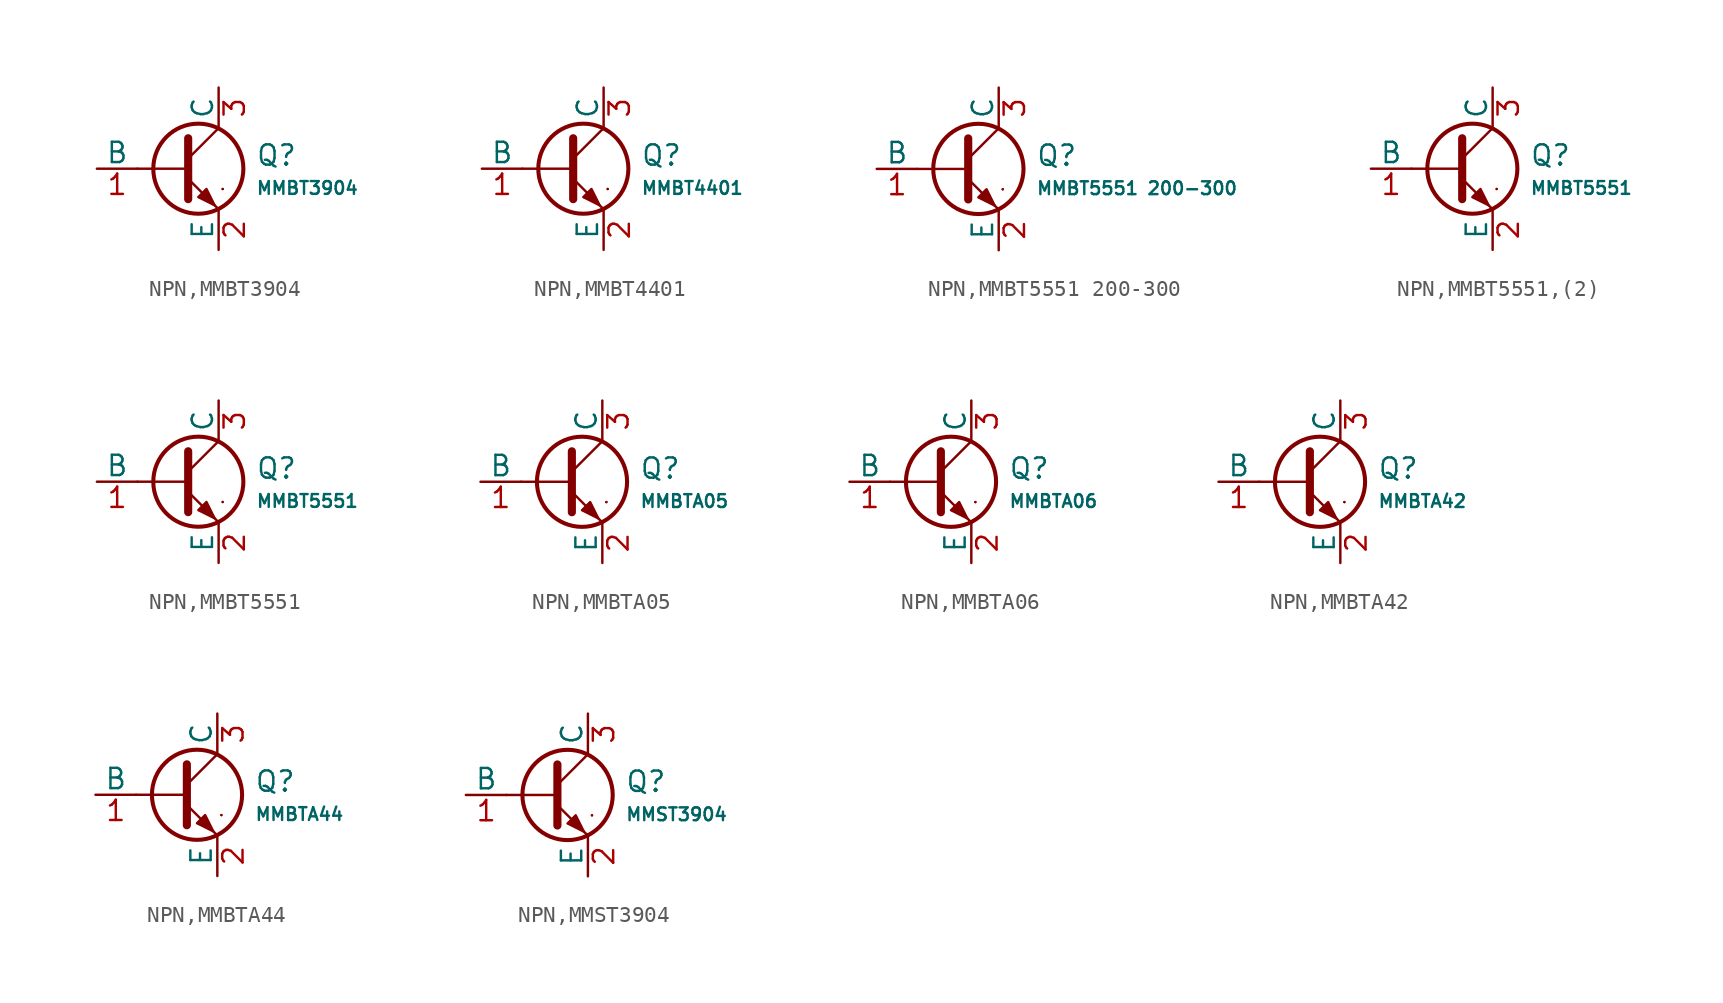
<source format=kicad_sym>
(kicad_symbol_lib
  (version 20231120)
  (generator "CDFER")
  (generator_version "8.0")
  (symbol "NPN,MMBT3904"
    (pin_names
      (offset 0))
    (property "Reference" "Q"
      (at 4.851 0.834 0)
      (effects (font (size 1.27 1.27)) (justify left)))
    (property "Value" "MMBT3904"
      (at 4.851 -1.212 0)
      (effects (font (size 0.8 0.8)) (justify left)))
    (symbol "NPN,MMBT3904_0_1"
      (polyline (pts (xy -2.54 0) (xy 0.635 0)) (stroke (width 0.152) (type default)) (fill (type none)))
      (polyline (pts (xy 0.635 0.635) (xy 2.54 2.54)) (stroke (width 0) (type default)) (fill (type none)))
      (polyline (pts (xy 2.794 -1.27) (xy 2.794 -1.27)) (stroke (width 0.152) (type default)) (fill (type none)))
      (polyline (pts (xy 2.794 -1.27) (xy 2.794 -1.27)) (stroke (width 0.152) (type default)) (fill (type none)))
      (polyline (pts (xy 0.635 -0.635) (xy 2.54 -2.54) (xy 2.54 -2.54)) (stroke (width 0) (type default)) (fill (type none)))
      (polyline (pts (xy 0.635 1.905) (xy 0.635 -1.905) (xy 0.635 -1.905)) (stroke (width 0.508) (type default)) (fill (type none)))
      (polyline (pts (xy 1.27 -1.778) (xy 1.778 -1.27) (xy 2.286 -2.286) (xy 1.27 -1.778) (xy 1.27 -1.778)) (stroke (width 0) (type default)) (fill (type outline)))
      (circle (center 1.27 0) (radius 2.819) (stroke (width 0.254) (type default)) (fill (type none))))
    (symbol "NPN,MMBT3904_1_1"
      (pin open_collector line (at 2.54 5.08 270) (length 2.54) (name "C" (effects (font (size 1.27 1.27)))) (number "3" (effects (font (size 1.27 1.27)))))
      (pin input line (at -5.08 0 0) (length 2.54) (name "B" (effects (font (size 1.27 1.27)))) (number "1" (effects (font (size 1.27 1.27)))))
      (pin open_emitter line (at 2.54 -5.08 90) (length 2.54) (name "E" (effects (font (size 1.27 1.27)))) (number "2" (effects (font (size 1.27 1.27)))))))
  (symbol "NPN,MMBT4401"
    (pin_names
      (offset 0))
    (property "Reference" "Q"
      (at 4.851 0.834 0)
      (effects (font (size 1.27 1.27)) (justify left)))
    (property "Value" "MMBT4401"
      (at 4.851 -1.212 0)
      (effects (font (size 0.8 0.8)) (justify left)))
    (symbol "NPN,MMBT4401_0_1"
      (polyline (pts (xy -2.54 0) (xy 0.635 0)) (stroke (width 0.152) (type default)) (fill (type none)))
      (polyline (pts (xy 0.635 0.635) (xy 2.54 2.54)) (stroke (width 0) (type default)) (fill (type none)))
      (polyline (pts (xy 2.794 -1.27) (xy 2.794 -1.27)) (stroke (width 0.152) (type default)) (fill (type none)))
      (polyline (pts (xy 2.794 -1.27) (xy 2.794 -1.27)) (stroke (width 0.152) (type default)) (fill (type none)))
      (polyline (pts (xy 0.635 -0.635) (xy 2.54 -2.54) (xy 2.54 -2.54)) (stroke (width 0) (type default)) (fill (type none)))
      (polyline (pts (xy 0.635 1.905) (xy 0.635 -1.905) (xy 0.635 -1.905)) (stroke (width 0.508) (type default)) (fill (type none)))
      (polyline (pts (xy 1.27 -1.778) (xy 1.778 -1.27) (xy 2.286 -2.286) (xy 1.27 -1.778) (xy 1.27 -1.778)) (stroke (width 0) (type default)) (fill (type outline)))
      (circle (center 1.27 0) (radius 2.819) (stroke (width 0.254) (type default)) (fill (type none))))
    (symbol "NPN,MMBT4401_1_1"
      (pin open_collector line (at 2.54 5.08 270) (length 2.54) (name "C" (effects (font (size 1.27 1.27)))) (number "3" (effects (font (size 1.27 1.27)))))
      (pin input line (at -5.08 0 0) (length 2.54) (name "B" (effects (font (size 1.27 1.27)))) (number "1" (effects (font (size 1.27 1.27)))))
      (pin open_emitter line (at 2.54 -5.08 90) (length 2.54) (name "E" (effects (font (size 1.27 1.27)))) (number "2" (effects (font (size 1.27 1.27)))))))
  (symbol "NPN,MMBT5551 200-300"
    (pin_names
      (offset 0))
    (property "Reference" "Q"
      (at 4.851 0.834 0)
      (effects (font (size 1.27 1.27)) (justify left)))
    (property "Value" "MMBT5551 200-300"
      (at 4.851 -1.212 0)
      (effects (font (size 0.8 0.8)) (justify left)))
    (symbol "NPN,MMBT5551 200-300_0_1"
      (polyline (pts (xy -2.54 0) (xy 0.635 0)) (stroke (width 0.152) (type default)) (fill (type none)))
      (polyline (pts (xy 0.635 0.635) (xy 2.54 2.54)) (stroke (width 0) (type default)) (fill (type none)))
      (polyline (pts (xy 2.794 -1.27) (xy 2.794 -1.27)) (stroke (width 0.152) (type default)) (fill (type none)))
      (polyline (pts (xy 2.794 -1.27) (xy 2.794 -1.27)) (stroke (width 0.152) (type default)) (fill (type none)))
      (polyline (pts (xy 0.635 -0.635) (xy 2.54 -2.54) (xy 2.54 -2.54)) (stroke (width 0) (type default)) (fill (type none)))
      (polyline (pts (xy 0.635 1.905) (xy 0.635 -1.905) (xy 0.635 -1.905)) (stroke (width 0.508) (type default)) (fill (type none)))
      (polyline (pts (xy 1.27 -1.778) (xy 1.778 -1.27) (xy 2.286 -2.286) (xy 1.27 -1.778) (xy 1.27 -1.778)) (stroke (width 0) (type default)) (fill (type outline)))
      (circle (center 1.27 0) (radius 2.819) (stroke (width 0.254) (type default)) (fill (type none))))
    (symbol "NPN,MMBT5551 200-300_1_1"
      (pin open_collector line (at 2.54 5.08 270) (length 2.54) (name "C" (effects (font (size 1.27 1.27)))) (number "3" (effects (font (size 1.27 1.27)))))
      (pin input line (at -5.08 0 0) (length 2.54) (name "B" (effects (font (size 1.27 1.27)))) (number "1" (effects (font (size 1.27 1.27)))))
      (pin open_emitter line (at 2.54 -5.08 90) (length 2.54) (name "E" (effects (font (size 1.27 1.27)))) (number "2" (effects (font (size 1.27 1.27)))))))
  (symbol "NPN,MMBT5551,(2)"
    (pin_names
      (offset 0))
    (property "Reference" "Q"
      (at 4.851 0.834 0)
      (effects (font (size 1.27 1.27)) (justify left)))
    (property "Value" "MMBT5551"
      (at 4.851 -1.212 0)
      (effects (font (size 0.8 0.8)) (justify left)))
    (symbol "NPN,MMBT5551,(2)_0_1"
      (polyline (pts (xy -2.54 0) (xy 0.635 0)) (stroke (width 0.152) (type default)) (fill (type none)))
      (polyline (pts (xy 0.635 0.635) (xy 2.54 2.54)) (stroke (width 0) (type default)) (fill (type none)))
      (polyline (pts (xy 2.794 -1.27) (xy 2.794 -1.27)) (stroke (width 0.152) (type default)) (fill (type none)))
      (polyline (pts (xy 2.794 -1.27) (xy 2.794 -1.27)) (stroke (width 0.152) (type default)) (fill (type none)))
      (polyline (pts (xy 0.635 -0.635) (xy 2.54 -2.54) (xy 2.54 -2.54)) (stroke (width 0) (type default)) (fill (type none)))
      (polyline (pts (xy 0.635 1.905) (xy 0.635 -1.905) (xy 0.635 -1.905)) (stroke (width 0.508) (type default)) (fill (type none)))
      (polyline (pts (xy 1.27 -1.778) (xy 1.778 -1.27) (xy 2.286 -2.286) (xy 1.27 -1.778) (xy 1.27 -1.778)) (stroke (width 0) (type default)) (fill (type outline)))
      (circle (center 1.27 0) (radius 2.819) (stroke (width 0.254) (type default)) (fill (type none))))
    (symbol "NPN,MMBT5551,(2)_1_1"
      (pin open_collector line (at 2.54 5.08 270) (length 2.54) (name "C" (effects (font (size 1.27 1.27)))) (number "3" (effects (font (size 1.27 1.27)))))
      (pin input line (at -5.08 0 0) (length 2.54) (name "B" (effects (font (size 1.27 1.27)))) (number "1" (effects (font (size 1.27 1.27)))))
      (pin open_emitter line (at 2.54 -5.08 90) (length 2.54) (name "E" (effects (font (size 1.27 1.27)))) (number "2" (effects (font (size 1.27 1.27)))))))
  (symbol "NPN,MMBT5551"
    (pin_names
      (offset 0))
    (property "Reference" "Q"
      (at 4.851 0.834 0)
      (effects (font (size 1.27 1.27)) (justify left)))
    (property "Value" "MMBT5551"
      (at 4.851 -1.212 0)
      (effects (font (size 0.8 0.8)) (justify left)))
    (symbol "NPN,MMBT5551_0_1"
      (polyline (pts (xy -2.54 0) (xy 0.635 0)) (stroke (width 0.152) (type default)) (fill (type none)))
      (polyline (pts (xy 0.635 0.635) (xy 2.54 2.54)) (stroke (width 0) (type default)) (fill (type none)))
      (polyline (pts (xy 2.794 -1.27) (xy 2.794 -1.27)) (stroke (width 0.152) (type default)) (fill (type none)))
      (polyline (pts (xy 2.794 -1.27) (xy 2.794 -1.27)) (stroke (width 0.152) (type default)) (fill (type none)))
      (polyline (pts (xy 0.635 -0.635) (xy 2.54 -2.54) (xy 2.54 -2.54)) (stroke (width 0) (type default)) (fill (type none)))
      (polyline (pts (xy 0.635 1.905) (xy 0.635 -1.905) (xy 0.635 -1.905)) (stroke (width 0.508) (type default)) (fill (type none)))
      (polyline (pts (xy 1.27 -1.778) (xy 1.778 -1.27) (xy 2.286 -2.286) (xy 1.27 -1.778) (xy 1.27 -1.778)) (stroke (width 0) (type default)) (fill (type outline)))
      (circle (center 1.27 0) (radius 2.819) (stroke (width 0.254) (type default)) (fill (type none))))
    (symbol "NPN,MMBT5551_1_1"
      (pin open_collector line (at 2.54 5.08 270) (length 2.54) (name "C" (effects (font (size 1.27 1.27)))) (number "3" (effects (font (size 1.27 1.27)))))
      (pin input line (at -5.08 0 0) (length 2.54) (name "B" (effects (font (size 1.27 1.27)))) (number "1" (effects (font (size 1.27 1.27)))))
      (pin open_emitter line (at 2.54 -5.08 90) (length 2.54) (name "E" (effects (font (size 1.27 1.27)))) (number "2" (effects (font (size 1.27 1.27)))))))
  (symbol "NPN,MMBTA05"
    (pin_names
      (offset 0))
    (property "Reference" "Q"
      (at 4.851 0.834 0)
      (effects (font (size 1.27 1.27)) (justify left)))
    (property "Value" "MMBTA05"
      (at 4.851 -1.212 0)
      (effects (font (size 0.8 0.8)) (justify left)))
    (symbol "NPN,MMBTA05_0_1"
      (polyline (pts (xy -2.54 0) (xy 0.635 0)) (stroke (width 0.152) (type default)) (fill (type none)))
      (polyline (pts (xy 0.635 0.635) (xy 2.54 2.54)) (stroke (width 0) (type default)) (fill (type none)))
      (polyline (pts (xy 2.794 -1.27) (xy 2.794 -1.27)) (stroke (width 0.152) (type default)) (fill (type none)))
      (polyline (pts (xy 2.794 -1.27) (xy 2.794 -1.27)) (stroke (width 0.152) (type default)) (fill (type none)))
      (polyline (pts (xy 0.635 -0.635) (xy 2.54 -2.54) (xy 2.54 -2.54)) (stroke (width 0) (type default)) (fill (type none)))
      (polyline (pts (xy 0.635 1.905) (xy 0.635 -1.905) (xy 0.635 -1.905)) (stroke (width 0.508) (type default)) (fill (type none)))
      (polyline (pts (xy 1.27 -1.778) (xy 1.778 -1.27) (xy 2.286 -2.286) (xy 1.27 -1.778) (xy 1.27 -1.778)) (stroke (width 0) (type default)) (fill (type outline)))
      (circle (center 1.27 0) (radius 2.819) (stroke (width 0.254) (type default)) (fill (type none))))
    (symbol "NPN,MMBTA05_1_1"
      (pin open_collector line (at 2.54 5.08 270) (length 2.54) (name "C" (effects (font (size 1.27 1.27)))) (number "3" (effects (font (size 1.27 1.27)))))
      (pin input line (at -5.08 0 0) (length 2.54) (name "B" (effects (font (size 1.27 1.27)))) (number "1" (effects (font (size 1.27 1.27)))))
      (pin open_emitter line (at 2.54 -5.08 90) (length 2.54) (name "E" (effects (font (size 1.27 1.27)))) (number "2" (effects (font (size 1.27 1.27)))))))
  (symbol "NPN,MMBTA06"
    (pin_names
      (offset 0))
    (property "Reference" "Q"
      (at 4.851 0.834 0)
      (effects (font (size 1.27 1.27)) (justify left)))
    (property "Value" "MMBTA06"
      (at 4.851 -1.212 0)
      (effects (font (size 0.8 0.8)) (justify left)))
    (symbol "NPN,MMBTA06_0_1"
      (polyline (pts (xy -2.54 0) (xy 0.635 0)) (stroke (width 0.152) (type default)) (fill (type none)))
      (polyline (pts (xy 0.635 0.635) (xy 2.54 2.54)) (stroke (width 0) (type default)) (fill (type none)))
      (polyline (pts (xy 2.794 -1.27) (xy 2.794 -1.27)) (stroke (width 0.152) (type default)) (fill (type none)))
      (polyline (pts (xy 2.794 -1.27) (xy 2.794 -1.27)) (stroke (width 0.152) (type default)) (fill (type none)))
      (polyline (pts (xy 0.635 -0.635) (xy 2.54 -2.54) (xy 2.54 -2.54)) (stroke (width 0) (type default)) (fill (type none)))
      (polyline (pts (xy 0.635 1.905) (xy 0.635 -1.905) (xy 0.635 -1.905)) (stroke (width 0.508) (type default)) (fill (type none)))
      (polyline (pts (xy 1.27 -1.778) (xy 1.778 -1.27) (xy 2.286 -2.286) (xy 1.27 -1.778) (xy 1.27 -1.778)) (stroke (width 0) (type default)) (fill (type outline)))
      (circle (center 1.27 0) (radius 2.819) (stroke (width 0.254) (type default)) (fill (type none))))
    (symbol "NPN,MMBTA06_1_1"
      (pin open_collector line (at 2.54 5.08 270) (length 2.54) (name "C" (effects (font (size 1.27 1.27)))) (number "3" (effects (font (size 1.27 1.27)))))
      (pin input line (at -5.08 0 0) (length 2.54) (name "B" (effects (font (size 1.27 1.27)))) (number "1" (effects (font (size 1.27 1.27)))))
      (pin open_emitter line (at 2.54 -5.08 90) (length 2.54) (name "E" (effects (font (size 1.27 1.27)))) (number "2" (effects (font (size 1.27 1.27)))))))
  (symbol "NPN,MMBTA42"
    (pin_names
      (offset 0))
    (property "Reference" "Q"
      (at 4.851 0.834 0)
      (effects (font (size 1.27 1.27)) (justify left)))
    (property "Value" "MMBTA42"
      (at 4.851 -1.212 0)
      (effects (font (size 0.8 0.8)) (justify left)))
    (symbol "NPN,MMBTA42_0_1"
      (polyline (pts (xy -2.54 0) (xy 0.635 0)) (stroke (width 0.152) (type default)) (fill (type none)))
      (polyline (pts (xy 0.635 0.635) (xy 2.54 2.54)) (stroke (width 0) (type default)) (fill (type none)))
      (polyline (pts (xy 2.794 -1.27) (xy 2.794 -1.27)) (stroke (width 0.152) (type default)) (fill (type none)))
      (polyline (pts (xy 2.794 -1.27) (xy 2.794 -1.27)) (stroke (width 0.152) (type default)) (fill (type none)))
      (polyline (pts (xy 0.635 -0.635) (xy 2.54 -2.54) (xy 2.54 -2.54)) (stroke (width 0) (type default)) (fill (type none)))
      (polyline (pts (xy 0.635 1.905) (xy 0.635 -1.905) (xy 0.635 -1.905)) (stroke (width 0.508) (type default)) (fill (type none)))
      (polyline (pts (xy 1.27 -1.778) (xy 1.778 -1.27) (xy 2.286 -2.286) (xy 1.27 -1.778) (xy 1.27 -1.778)) (stroke (width 0) (type default)) (fill (type outline)))
      (circle (center 1.27 0) (radius 2.819) (stroke (width 0.254) (type default)) (fill (type none))))
    (symbol "NPN,MMBTA42_1_1"
      (pin open_collector line (at 2.54 5.08 270) (length 2.54) (name "C" (effects (font (size 1.27 1.27)))) (number "3" (effects (font (size 1.27 1.27)))))
      (pin input line (at -5.08 0 0) (length 2.54) (name "B" (effects (font (size 1.27 1.27)))) (number "1" (effects (font (size 1.27 1.27)))))
      (pin open_emitter line (at 2.54 -5.08 90) (length 2.54) (name "E" (effects (font (size 1.27 1.27)))) (number "2" (effects (font (size 1.27 1.27)))))))
  (symbol "NPN,MMBTA44"
    (pin_names
      (offset 0))
    (property "Reference" "Q"
      (at 4.851 0.834 0)
      (effects (font (size 1.27 1.27)) (justify left)))
    (property "Value" "MMBTA44"
      (at 4.851 -1.212 0)
      (effects (font (size 0.8 0.8)) (justify left)))
    (symbol "NPN,MMBTA44_0_1"
      (polyline (pts (xy -2.54 0) (xy 0.635 0)) (stroke (width 0.152) (type default)) (fill (type none)))
      (polyline (pts (xy 0.635 0.635) (xy 2.54 2.54)) (stroke (width 0) (type default)) (fill (type none)))
      (polyline (pts (xy 2.794 -1.27) (xy 2.794 -1.27)) (stroke (width 0.152) (type default)) (fill (type none)))
      (polyline (pts (xy 2.794 -1.27) (xy 2.794 -1.27)) (stroke (width 0.152) (type default)) (fill (type none)))
      (polyline (pts (xy 0.635 -0.635) (xy 2.54 -2.54) (xy 2.54 -2.54)) (stroke (width 0) (type default)) (fill (type none)))
      (polyline (pts (xy 0.635 1.905) (xy 0.635 -1.905) (xy 0.635 -1.905)) (stroke (width 0.508) (type default)) (fill (type none)))
      (polyline (pts (xy 1.27 -1.778) (xy 1.778 -1.27) (xy 2.286 -2.286) (xy 1.27 -1.778) (xy 1.27 -1.778)) (stroke (width 0) (type default)) (fill (type outline)))
      (circle (center 1.27 0) (radius 2.819) (stroke (width 0.254) (type default)) (fill (type none))))
    (symbol "NPN,MMBTA44_1_1"
      (pin open_collector line (at 2.54 5.08 270) (length 2.54) (name "C" (effects (font (size 1.27 1.27)))) (number "3" (effects (font (size 1.27 1.27)))))
      (pin input line (at -5.08 0 0) (length 2.54) (name "B" (effects (font (size 1.27 1.27)))) (number "1" (effects (font (size 1.27 1.27)))))
      (pin open_emitter line (at 2.54 -5.08 90) (length 2.54) (name "E" (effects (font (size 1.27 1.27)))) (number "2" (effects (font (size 1.27 1.27)))))))
  (symbol "NPN,MMST3904"
    (pin_names
      (offset 0))
    (property "Reference" "Q"
      (at 4.851 0.834 0)
      (effects (font (size 1.27 1.27)) (justify left)))
    (property "Value" "MMST3904"
      (at 4.851 -1.212 0)
      (effects (font (size 0.8 0.8)) (justify left)))
    (symbol "NPN,MMST3904_0_1"
      (polyline (pts (xy -2.54 0) (xy 0.635 0)) (stroke (width 0.152) (type default)) (fill (type none)))
      (polyline (pts (xy 0.635 0.635) (xy 2.54 2.54)) (stroke (width 0) (type default)) (fill (type none)))
      (polyline (pts (xy 2.794 -1.27) (xy 2.794 -1.27)) (stroke (width 0.152) (type default)) (fill (type none)))
      (polyline (pts (xy 2.794 -1.27) (xy 2.794 -1.27)) (stroke (width 0.152) (type default)) (fill (type none)))
      (polyline (pts (xy 0.635 -0.635) (xy 2.54 -2.54) (xy 2.54 -2.54)) (stroke (width 0) (type default)) (fill (type none)))
      (polyline (pts (xy 0.635 1.905) (xy 0.635 -1.905) (xy 0.635 -1.905)) (stroke (width 0.508) (type default)) (fill (type none)))
      (polyline (pts (xy 1.27 -1.778) (xy 1.778 -1.27) (xy 2.286 -2.286) (xy 1.27 -1.778) (xy 1.27 -1.778)) (stroke (width 0) (type default)) (fill (type outline)))
      (circle (center 1.27 0) (radius 2.819) (stroke (width 0.254) (type default)) (fill (type none))))
    (symbol "NPN,MMST3904_1_1"
      (pin open_collector line (at 2.54 5.08 270) (length 2.54) (name "C" (effects (font (size 1.27 1.27)))) (number "3" (effects (font (size 1.27 1.27)))))
      (pin input line (at -5.08 0 0) (length 2.54) (name "B" (effects (font (size 1.27 1.27)))) (number "1" (effects (font (size 1.27 1.27)))))
      (pin open_emitter line (at 2.54 -5.08 90) (length 2.54) (name "E" (effects (font (size 1.27 1.27)))) (number "2" (effects (font (size 1.27 1.27))))))))
</source>
